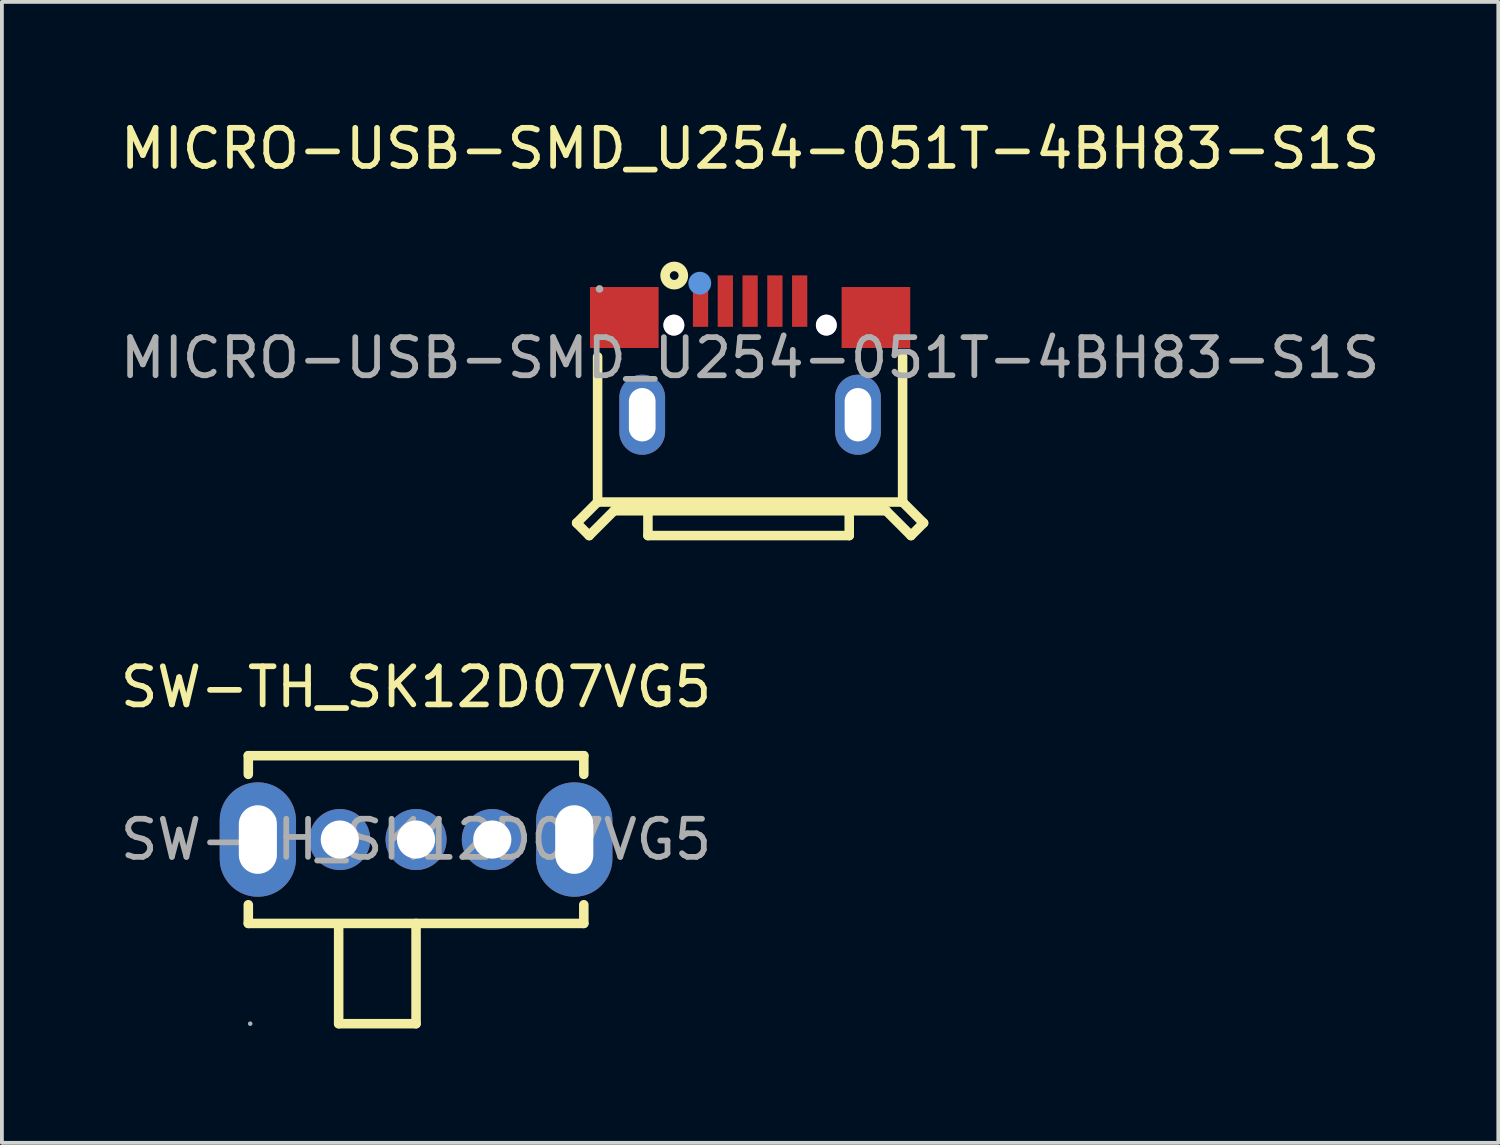
<source format=kicad_pcb>
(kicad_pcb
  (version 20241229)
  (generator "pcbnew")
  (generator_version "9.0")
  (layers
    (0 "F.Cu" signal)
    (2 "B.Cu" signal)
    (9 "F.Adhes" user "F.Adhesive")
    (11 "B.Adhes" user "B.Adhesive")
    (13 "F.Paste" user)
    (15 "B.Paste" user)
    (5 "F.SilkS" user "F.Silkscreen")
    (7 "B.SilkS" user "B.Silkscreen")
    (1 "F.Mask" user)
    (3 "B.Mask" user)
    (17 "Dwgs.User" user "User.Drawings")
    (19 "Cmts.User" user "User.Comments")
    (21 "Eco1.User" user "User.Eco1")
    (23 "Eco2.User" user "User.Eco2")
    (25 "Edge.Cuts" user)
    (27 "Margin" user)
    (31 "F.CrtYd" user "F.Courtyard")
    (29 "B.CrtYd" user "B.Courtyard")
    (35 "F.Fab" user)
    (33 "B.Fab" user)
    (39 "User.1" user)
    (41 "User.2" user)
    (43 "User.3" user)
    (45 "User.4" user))
  (footprint "SW-TH_SK12D07VG5"
    (layer "F.Cu")
    (at 7.863 18.971)
    (property "Reference" "SW-TH_SK12D07VG5" (at 0 -4 0) (layer "F.SilkS") (effects (font (size 1 1) (thickness 0.15))))
    (attr through_hole)
    (fp_line (start -4.4 -2.2) (end -4.4 -1.71) (stroke (width 0.25) (type solid)) (layer "F.SilkS"))
    (fp_line (start -4.4 1.71) (end -4.4 2.2) (stroke (width 0.25) (type solid)) (layer "F.SilkS"))
    (fp_line (start -2.03 2.29) (end -2.03 4.83) (stroke (width 0.25) (type solid)) (layer "F.SilkS"))
    (fp_line (start -2.03 4.83) (end 0 4.83) (stroke (width 0.25) (type solid)) (layer "F.SilkS"))
    (fp_line (start 0 4.83) (end 0 2.2) (stroke (width 0.25) (type solid)) (layer "F.SilkS"))
    (fp_line (start 4.4 -2.2) (end -4.4 -2.2) (stroke (width 0.25) (type solid)) (layer "F.SilkS"))
    (fp_line (start 4.4 -2.2) (end 4.4 -1.71) (stroke (width 0.25) (type solid)) (layer "F.SilkS"))
    (fp_line (start 4.4 1.71) (end 4.4 2.2) (stroke (width 0.25) (type solid)) (layer "F.SilkS"))
    (fp_line (start 4.4 2.2) (end -4.4 2.2) (stroke (width 0.25) (type solid)) (layer "F.SilkS"))
    (fp_circle (center -4.35 4.83) (end -4.32 4.83) (stroke (width 0.06) (type solid)) (fill no) (layer "F.Fab"))
    (fp_text user "${REFERENCE}" (at 0 0 0) (layer "F.Fab") (effects (font (size 1 1) (thickness 0.15))))
    (pad "1" thru_hole oval (at -2 0 180) (size 1.6 1.6) (drill 1) (layers "*.Cu" "*.Mask"))
    (pad "2" thru_hole oval (at 0 0 180) (size 1.6 1.6) (drill 1) (layers "*.Cu" "*.Mask"))
    (pad "3" thru_hole oval (at 2 0 180) (size 1.6 1.6) (drill 1) (layers "*.Cu" "*.Mask"))
    (pad "4" thru_hole oval (at 4.15 0 270) (size 3 2) (drill oval 1.8 1) (layers "*.Cu" "*.Mask"))
    (pad "5" thru_hole oval (at -4.15 0 270) (size 3 2) (drill oval 1.8 1) (layers "*.Cu" "*.Mask")))
  (footprint "MICRO-USB-SMD_U254-051T-4BH83-S1S"
    (layer "F.Cu")
    (at 16.625 6.338)
    (property "Reference" "MICRO-USB-SMD_U254-051T-4BH83-S1S" (at 0 -5.49 0) (layer "F.SilkS") (effects (font (size 1 1) (thickness 0.15))))
    (attr smd)
    (fp_line (start -4.55 4.33) (end -4.22 4.66) (stroke (width 0.25) (type solid)) (layer "F.SilkS"))
    (fp_line (start -4.22 4.66) (end -3.57 4.01) (stroke (width 0.25) (type solid)) (layer "F.SilkS"))
    (fp_line (start -4 3.78) (end -4.55 4.33) (stroke (width 0.25) (type solid)) (layer "F.SilkS"))
    (fp_line (start -4 3.78) (end -4 -0.03) (stroke (width 0.25) (type solid)) (layer "F.SilkS"))
    (fp_line (start -4 3.78) (end 4 3.78) (stroke (width 0.25) (type solid)) (layer "F.SilkS"))
    (fp_line (start -2.68 4.01) (end -2.68 4.66) (stroke (width 0.25) (type solid)) (layer "F.SilkS"))
    (fp_line (start -2.68 4.66) (end 2.6 4.66) (stroke (width 0.25) (type solid)) (layer "F.SilkS"))
    (fp_line (start 2.6 4.66) (end 2.6 4.01) (stroke (width 0.25) (type solid)) (layer "F.SilkS"))
    (fp_line (start 3.57 4.01) (end -3.57 4.01) (stroke (width 0.25) (type solid)) (layer "F.SilkS"))
    (fp_line (start 4 3.78) (end 4 -0.03) (stroke (width 0.25) (type solid)) (layer "F.SilkS"))
    (fp_line (start 4 3.78) (end 4.55 4.33) (stroke (width 0.25) (type solid)) (layer "F.SilkS"))
    (fp_line (start 4.22 4.66) (end 3.57 4.01) (stroke (width 0.25) (type solid)) (layer "F.SilkS"))
    (fp_line (start 4.55 4.33) (end 4.22 4.66) (stroke (width 0.25) (type solid)) (layer "F.SilkS"))
    (fp_circle (center -1.99 -2.16) (end -1.75 -2.16) (stroke (width 0.25) (type solid)) (fill no) (layer "F.SilkS"))
    (fp_circle (center -2 -0.86) (end -1.9 -0.86) (stroke (width 0.2) (type solid)) (fill no) (layer "Cmts.User"))
    (fp_circle (center -1.32 -1.96) (end -1.17 -1.96) (stroke (width 0.3) (type solid)) (fill no) (layer "Cmts.User"))
    (fp_circle (center 2 -0.86) (end 2.1 -0.86) (stroke (width 0.2) (type solid)) (fill no) (layer "Cmts.User"))
    (fp_circle (center -3.95 -1.81) (end -3.9 -1.81) (stroke (width 0.1) (type solid)) (fill no) (layer "F.Fab"))
    (fp_text user "${REFERENCE}" (at 0 0 0) (layer "F.Fab") (effects (font (size 1 1) (thickness 0.15))))
    (pad "" thru_hole circle (at -2 -0.86) (size 0.55 0.55) (drill 0.55) (layers "*.Cu" "*.Mask"))
    (pad "" thru_hole circle (at 2 -0.86) (size 0.55 0.55) (drill 0.55) (layers "*.Cu" "*.Mask"))
    (pad "1" smd rect (at -1.3 -1.49) (size 0.4 1.35) (layers "F.Cu" "F.Mask" "F.Paste"))
    (pad "2" smd rect (at -0.65 -1.49) (size 0.4 1.35) (layers "F.Cu" "F.Mask" "F.Paste"))
    (pad "3" smd rect (at 0 -1.49) (size 0.4 1.35) (layers "F.Cu" "F.Mask" "F.Paste"))
    (pad "4" smd rect (at 0.65 -1.49) (size 0.4 1.35) (layers "F.Cu" "F.Mask" "F.Paste"))
    (pad "5" smd rect (at 1.3 -1.49) (size 0.4 1.35) (layers "F.Cu" "F.Mask" "F.Paste"))
    (pad "6" smd rect (at -3.3 -1.06) (size 1.8 1.6) (layers "F.Cu" "F.Mask" "F.Paste"))
    (pad "6" thru_hole oval (at -2.83 1.49 90) (size 2.1 1.2) (drill oval 1.4 0.7) (layers "*.Cu" "*.Mask"))
    (pad "6" thru_hole oval (at 2.83 1.49 90) (size 2.1 1.2) (drill oval 1.4 0.7) (layers "*.Cu" "*.Mask"))
    (pad "6" smd rect (at 3.3 -1.06) (size 1.8 1.6) (layers "F.Cu" "F.Mask" "F.Paste")))
  (gr_rect
    (start -3 -3)
    (end 36.25 26.927)
    (stroke (width 0.1) (type default))
    (fill no)
    (layer "Edge.Cuts")))
</source>
